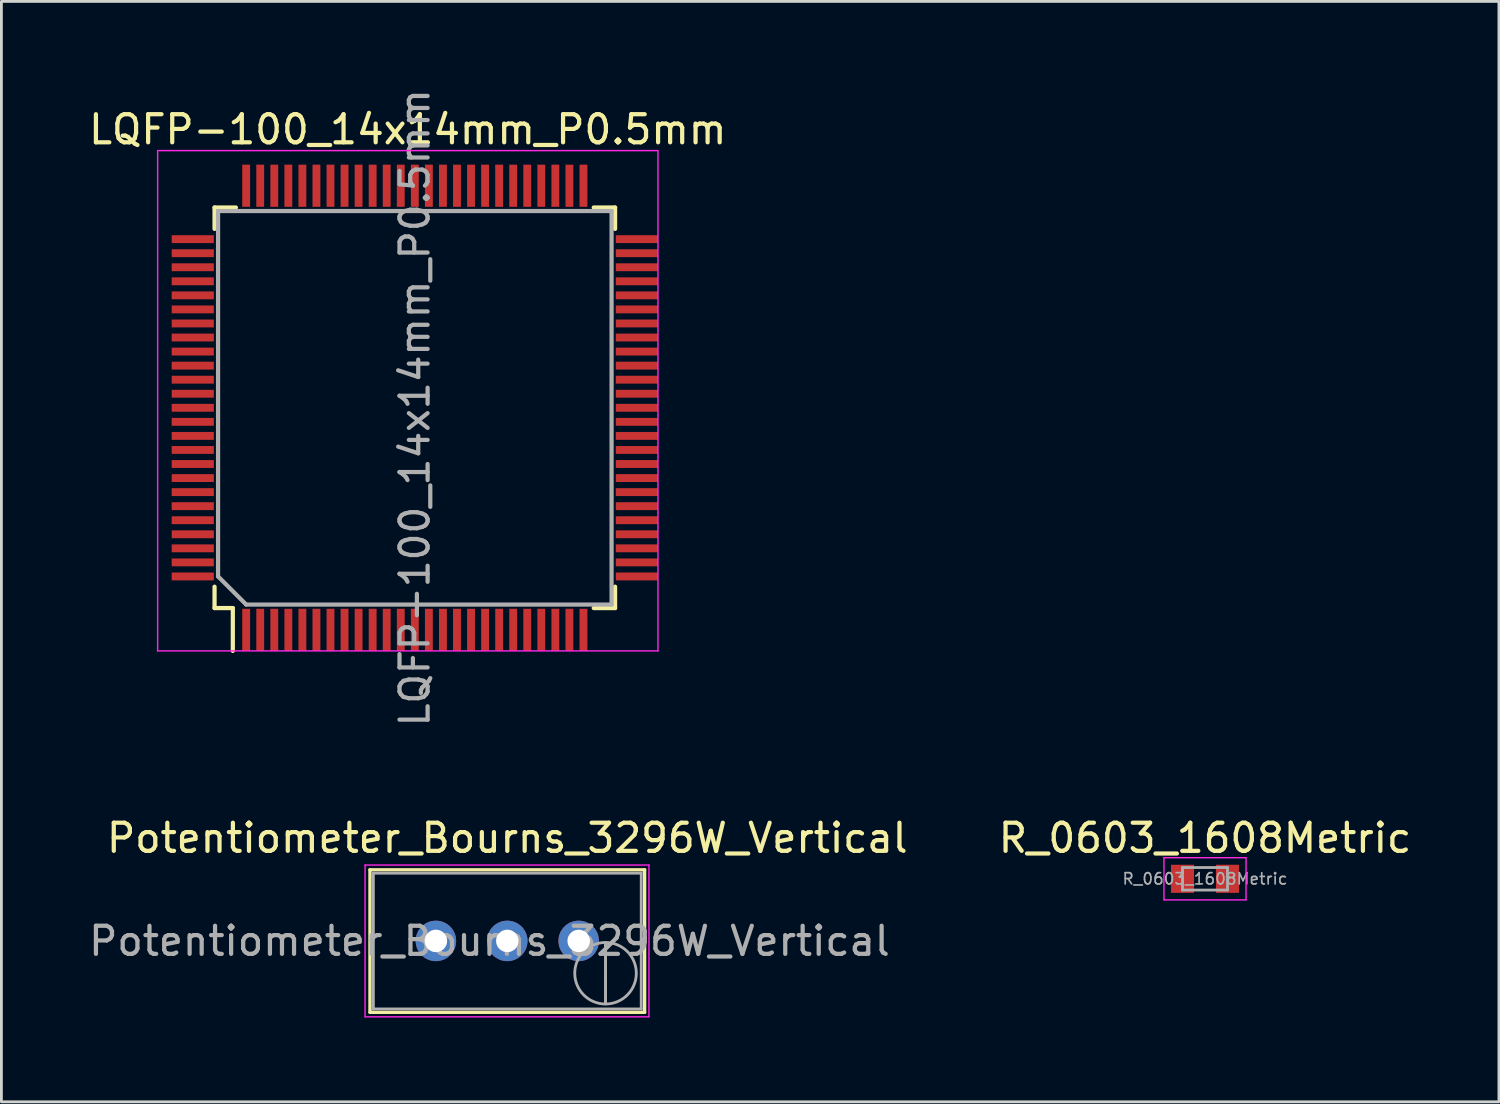
<source format=kicad_pcb>
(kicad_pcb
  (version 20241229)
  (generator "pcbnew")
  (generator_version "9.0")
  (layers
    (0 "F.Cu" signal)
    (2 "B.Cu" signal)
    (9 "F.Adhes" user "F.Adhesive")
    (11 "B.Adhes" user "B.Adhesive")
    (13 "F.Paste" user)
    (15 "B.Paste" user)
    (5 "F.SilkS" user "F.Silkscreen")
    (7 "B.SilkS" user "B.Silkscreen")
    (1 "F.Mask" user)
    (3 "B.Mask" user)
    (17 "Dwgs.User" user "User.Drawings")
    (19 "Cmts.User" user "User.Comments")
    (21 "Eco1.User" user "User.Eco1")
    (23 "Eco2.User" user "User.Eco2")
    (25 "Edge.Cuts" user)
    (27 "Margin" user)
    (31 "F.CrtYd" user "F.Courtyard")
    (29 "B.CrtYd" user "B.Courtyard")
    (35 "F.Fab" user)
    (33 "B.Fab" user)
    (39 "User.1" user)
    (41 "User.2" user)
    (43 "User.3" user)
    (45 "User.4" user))
  (footprint "Potentiometer_Bourns_3296W_Vertical"
    (layer "F.Cu")
    (at 17.538 30.425)
    (property "Reference" "Potentiometer_Bourns_3296W_Vertical" (at -2.54 -3.66 0) (layer "F.SilkS") (effects (font (size 1 1) (thickness 0.15))))
    (attr through_hole)
    (fp_line (start -7.425 -2.53) (end -7.425 2.54) (stroke (width 0.12) (type solid)) (layer "F.SilkS"))
    (fp_line (start -7.425 -2.53) (end 2.345 -2.53) (stroke (width 0.12) (type solid)) (layer "F.SilkS"))
    (fp_line (start -7.425 2.54) (end 2.345 2.54) (stroke (width 0.12) (type solid)) (layer "F.SilkS"))
    (fp_line (start 2.345 -2.53) (end 2.345 2.54) (stroke (width 0.12) (type solid)) (layer "F.SilkS"))
    (fp_line (start -7.6 -2.7) (end -7.6 2.7) (stroke (width 0.05) (type solid)) (layer "F.CrtYd"))
    (fp_line (start -7.6 2.7) (end 2.5 2.7) (stroke (width 0.05) (type solid)) (layer "F.CrtYd"))
    (fp_line (start 2.5 -2.7) (end -7.6 -2.7) (stroke (width 0.05) (type solid)) (layer "F.CrtYd"))
    (fp_line (start 2.5 2.7) (end 2.5 -2.7) (stroke (width 0.05) (type solid)) (layer "F.CrtYd"))
    (fp_line (start -7.305 -2.41) (end -7.305 2.42) (stroke (width 0.1) (type solid)) (layer "F.Fab"))
    (fp_line (start -7.305 2.42) (end 2.225 2.42) (stroke (width 0.1) (type solid)) (layer "F.Fab"))
    (fp_line (start 0.955 2.235) (end 0.956 0.066) (stroke (width 0.1) (type solid)) (layer "F.Fab"))
    (fp_line (start 0.955 2.235) (end 0.956 0.066) (stroke (width 0.1) (type solid)) (layer "F.Fab"))
    (fp_line (start 2.225 -2.41) (end -7.305 -2.41) (stroke (width 0.1) (type solid)) (layer "F.Fab"))
    (fp_line (start 2.225 2.42) (end 2.225 -2.41) (stroke (width 0.1) (type solid)) (layer "F.Fab"))
    (fp_circle (center 0.955 1.15) (end 2.05 1.15) (stroke (width 0.1) (type solid)) (fill no) (layer "F.Fab"))
    (fp_text user "${REFERENCE}" (at -3.175 0.005 0) (layer "F.Fab") (effects (font (size 1 1) (thickness 0.15))))
    (pad "1" thru_hole circle (at 0 0) (size 1.44 1.44) (drill 0.8) (layers "*.Cu" "*.Mask"))
    (pad "2" thru_hole circle (at -2.54 0) (size 1.44 1.44) (drill 0.8) (layers "*.Cu" "*.Mask"))
    (pad "3" thru_hole circle (at -5.08 0) (size 1.44 1.44) (drill 0.8) (layers "*.Cu" "*.Mask")))
  (footprint "R_0603_1608Metric"
    (layer "F.Cu")
    (at 39.82 28.215)
    (property "Reference" "R_0603_1608Metric" (at 0 -1.45 0) (layer "F.SilkS") (effects (font (size 1 1) (thickness 0.15))))
    (attr smd)
    (fp_line (start -1.46 -0.75) (end 1.46 -0.75) (stroke (width 0.05) (type solid)) (layer "F.CrtYd"))
    (fp_line (start -1.46 0.75) (end -1.46 -0.75) (stroke (width 0.05) (type solid)) (layer "F.CrtYd"))
    (fp_line (start 1.46 -0.75) (end 1.46 0.75) (stroke (width 0.05) (type solid)) (layer "F.CrtYd"))
    (fp_line (start 1.46 0.75) (end -1.46 0.75) (stroke (width 0.05) (type solid)) (layer "F.CrtYd"))
    (fp_line (start -0.8 -0.4) (end 0.8 -0.4) (stroke (width 0.1) (type solid)) (layer "F.Fab"))
    (fp_line (start -0.8 0.4) (end -0.8 -0.4) (stroke (width 0.1) (type solid)) (layer "F.Fab"))
    (fp_line (start 0.8 -0.4) (end 0.8 0.4) (stroke (width 0.1) (type solid)) (layer "F.Fab"))
    (fp_line (start 0.8 0.4) (end -0.8 0.4) (stroke (width 0.1) (type solid)) (layer "F.Fab"))
    (fp_text user "${REFERENCE}" (at 0 0 0) (layer "F.Fab") (effects (font (size 0.4 0.4) (thickness 0.06))))
    (pad "1" smd rect (at -0.8 0) (size 0.82 1) (layers "F.Cu" "F.Mask" "F.Paste"))
    (pad "2" smd rect (at 0.8 0) (size 0.82 1) (layers "F.Cu" "F.Mask" "F.Paste")))
  (footprint "LQFP-100_14x14mm_P0.5mm"
    (layer "F.Cu")
    (at 11.458 11.208)
    (property "Reference" "LQFP-100_14x14mm_P0.5mm" (at 0 -9.65 0) (layer "F.SilkS") (effects (font (size 1 1) (thickness 0.15))))
    (attr smd)
    (fp_line (start -6.875 -6.875) (end -6.875 -6.115) (stroke (width 0.15) (type solid)) (layer "F.SilkS"))
    (fp_line (start -6.875 -6.875) (end -6.115 -6.875) (stroke (width 0.15) (type solid)) (layer "F.SilkS"))
    (fp_line (start -6.875 7.375) (end -6.875 6.615) (stroke (width 0.15) (type solid)) (layer "F.SilkS"))
    (fp_line (start -6.875 7.375) (end -6.225 7.375) (stroke (width 0.15) (type solid)) (layer "F.SilkS"))
    (fp_line (start -6.225 7.375) (end -6.225 8.9) (stroke (width 0.15) (type solid)) (layer "F.SilkS"))
    (fp_line (start 7.375 -6.875) (end 6.615 -6.875) (stroke (width 0.15) (type solid)) (layer "F.SilkS"))
    (fp_line (start 7.375 -6.875) (end 7.375 -6.115) (stroke (width 0.15) (type solid)) (layer "F.SilkS"))
    (fp_line (start 7.375 7.375) (end 6.615 7.375) (stroke (width 0.15) (type solid)) (layer "F.SilkS"))
    (fp_line (start 7.375 7.375) (end 7.375 6.615) (stroke (width 0.15) (type solid)) (layer "F.SilkS"))
    (fp_line (start -8.9 -8.9) (end -8.9 8.9) (stroke (width 0.05) (type solid)) (layer "F.CrtYd"))
    (fp_line (start -8.9 -8.9) (end 8.9 -8.9) (stroke (width 0.05) (type solid)) (layer "F.CrtYd"))
    (fp_line (start -8.9 8.9) (end 8.9 8.9) (stroke (width 0.05) (type solid)) (layer "F.CrtYd"))
    (fp_line (start 8.9 -8.9) (end 8.9 8.9) (stroke (width 0.05) (type solid)) (layer "F.CrtYd"))
    (fp_line (start -6.75 -6.75) (end 7.25 -6.75) (stroke (width 0.15) (type solid)) (layer "F.Fab"))
    (fp_line (start -6.75 6.25) (end -6.75 -6.75) (stroke (width 0.15) (type solid)) (layer "F.Fab"))
    (fp_line (start -5.75 7.25) (end -6.75 6.25) (stroke (width 0.15) (type solid)) (layer "F.Fab"))
    (fp_line (start 7.25 -6.75) (end 7.25 7.25) (stroke (width 0.15) (type solid)) (layer "F.Fab"))
    (fp_line (start 7.25 7.25) (end -5.75 7.25) (stroke (width 0.15) (type solid)) (layer "F.Fab"))
    (fp_text user "${REFERENCE}" (at 0.25 0.25 90) (layer "F.Fab") (effects (font (size 1 1) (thickness 0.15))))
    (pad "1" smd rect (at -5.75 8.15 90) (size 1.5 0.28) (layers "F.Cu" "F.Mask" "F.Paste"))
    (pad "2" smd rect (at -5.25 8.15 90) (size 1.5 0.28) (layers "F.Cu" "F.Mask" "F.Paste"))
    (pad "3" smd rect (at -4.75 8.15 90) (size 1.5 0.28) (layers "F.Cu" "F.Mask" "F.Paste"))
    (pad "4" smd rect (at -4.25 8.15 90) (size 1.5 0.28) (layers "F.Cu" "F.Mask" "F.Paste"))
    (pad "5" smd rect (at -3.75 8.15 90) (size 1.5 0.28) (layers "F.Cu" "F.Mask" "F.Paste"))
    (pad "6" smd rect (at -3.25 8.15 90) (size 1.5 0.28) (layers "F.Cu" "F.Mask" "F.Paste"))
    (pad "7" smd rect (at -2.75 8.15 90) (size 1.5 0.28) (layers "F.Cu" "F.Mask" "F.Paste"))
    (pad "8" smd rect (at -2.25 8.15 90) (size 1.5 0.28) (layers "F.Cu" "F.Mask" "F.Paste"))
    (pad "9" smd rect (at -1.75 8.15 90) (size 1.5 0.28) (layers "F.Cu" "F.Mask" "F.Paste"))
    (pad "10" smd rect (at -1.25 8.15 90) (size 1.5 0.28) (layers "F.Cu" "F.Mask" "F.Paste"))
    (pad "11" smd rect (at -0.75 8.15 90) (size 1.5 0.28) (layers "F.Cu" "F.Mask" "F.Paste"))
    (pad "12" smd rect (at -0.25 8.15 90) (size 1.5 0.28) (layers "F.Cu" "F.Mask" "F.Paste"))
    (pad "13" smd rect (at 0.25 8.15 90) (size 1.5 0.28) (layers "F.Cu" "F.Mask" "F.Paste"))
    (pad "14" smd rect (at 0.75 8.15 90) (size 1.5 0.28) (layers "F.Cu" "F.Mask" "F.Paste"))
    (pad "15" smd rect (at 1.25 8.15 90) (size 1.5 0.28) (layers "F.Cu" "F.Mask" "F.Paste"))
    (pad "16" smd rect (at 1.75 8.15 90) (size 1.5 0.28) (layers "F.Cu" "F.Mask" "F.Paste"))
    (pad "17" smd rect (at 2.25 8.15 90) (size 1.5 0.28) (layers "F.Cu" "F.Mask" "F.Paste"))
    (pad "18" smd rect (at 2.75 8.15 90) (size 1.5 0.28) (layers "F.Cu" "F.Mask" "F.Paste"))
    (pad "19" smd rect (at 3.25 8.15 90) (size 1.5 0.28) (layers "F.Cu" "F.Mask" "F.Paste"))
    (pad "20" smd rect (at 3.75 8.15 90) (size 1.5 0.28) (layers "F.Cu" "F.Mask" "F.Paste"))
    (pad "21" smd rect (at 4.25 8.15 90) (size 1.5 0.28) (layers "F.Cu" "F.Mask" "F.Paste"))
    (pad "22" smd rect (at 4.75 8.15 90) (size 1.5 0.28) (layers "F.Cu" "F.Mask" "F.Paste"))
    (pad "23" smd rect (at 5.25 8.15 90) (size 1.5 0.28) (layers "F.Cu" "F.Mask" "F.Paste"))
    (pad "24" smd rect (at 5.75 8.15 90) (size 1.5 0.28) (layers "F.Cu" "F.Mask" "F.Paste"))
    (pad "25" smd rect (at 6.25 8.15 90) (size 1.5 0.28) (layers "F.Cu" "F.Mask" "F.Paste"))
    (pad "26" smd rect (at 8.15 6.25 180) (size 1.5 0.28) (layers "F.Cu" "F.Mask" "F.Paste"))
    (pad "27" smd rect (at 8.15 5.75 180) (size 1.5 0.28) (layers "F.Cu" "F.Mask" "F.Paste"))
    (pad "28" smd rect (at 8.15 5.25 180) (size 1.5 0.28) (layers "F.Cu" "F.Mask" "F.Paste"))
    (pad "29" smd rect (at 8.15 4.75 180) (size 1.5 0.28) (layers "F.Cu" "F.Mask" "F.Paste"))
    (pad "30" smd rect (at 8.15 4.25 180) (size 1.5 0.28) (layers "F.Cu" "F.Mask" "F.Paste"))
    (pad "31" smd rect (at 8.15 3.75 180) (size 1.5 0.28) (layers "F.Cu" "F.Mask" "F.Paste"))
    (pad "32" smd rect (at 8.15 3.25 180) (size 1.5 0.28) (layers "F.Cu" "F.Mask" "F.Paste"))
    (pad "33" smd rect (at 8.15 2.75 180) (size 1.5 0.28) (layers "F.Cu" "F.Mask" "F.Paste"))
    (pad "34" smd rect (at 8.15 2.25 180) (size 1.5 0.28) (layers "F.Cu" "F.Mask" "F.Paste"))
    (pad "35" smd rect (at 8.15 1.75 180) (size 1.5 0.28) (layers "F.Cu" "F.Mask" "F.Paste"))
    (pad "36" smd rect (at 8.15 1.25 180) (size 1.5 0.28) (layers "F.Cu" "F.Mask" "F.Paste"))
    (pad "37" smd rect (at 8.15 0.75 180) (size 1.5 0.28) (layers "F.Cu" "F.Mask" "F.Paste"))
    (pad "38" smd rect (at 8.15 0.25 180) (size 1.5 0.28) (layers "F.Cu" "F.Mask" "F.Paste"))
    (pad "39" smd rect (at 8.15 -0.25 180) (size 1.5 0.28) (layers "F.Cu" "F.Mask" "F.Paste"))
    (pad "40" smd rect (at 8.15 -0.75 180) (size 1.5 0.28) (layers "F.Cu" "F.Mask" "F.Paste"))
    (pad "41" smd rect (at 8.15 -1.25 180) (size 1.5 0.28) (layers "F.Cu" "F.Mask" "F.Paste"))
    (pad "42" smd rect (at 8.15 -1.75 180) (size 1.5 0.28) (layers "F.Cu" "F.Mask" "F.Paste"))
    (pad "43" smd rect (at 8.15 -2.25 180) (size 1.5 0.28) (layers "F.Cu" "F.Mask" "F.Paste"))
    (pad "44" smd rect (at 8.15 -2.75 180) (size 1.5 0.28) (layers "F.Cu" "F.Mask" "F.Paste"))
    (pad "45" smd rect (at 8.15 -3.25 180) (size 1.5 0.28) (layers "F.Cu" "F.Mask" "F.Paste"))
    (pad "46" smd rect (at 8.15 -3.75 180) (size 1.5 0.28) (layers "F.Cu" "F.Mask" "F.Paste"))
    (pad "47" smd rect (at 8.15 -4.25 180) (size 1.5 0.28) (layers "F.Cu" "F.Mask" "F.Paste"))
    (pad "48" smd rect (at 8.15 -4.75 180) (size 1.5 0.28) (layers "F.Cu" "F.Mask" "F.Paste"))
    (pad "49" smd rect (at 8.15 -5.25 180) (size 1.5 0.28) (layers "F.Cu" "F.Mask" "F.Paste"))
    (pad "50" smd rect (at 8.15 -5.75 180) (size 1.5 0.28) (layers "F.Cu" "F.Mask" "F.Paste"))
    (pad "51" smd rect (at 6.25 -7.65 90) (size 1.5 0.28) (layers "F.Cu" "F.Mask" "F.Paste"))
    (pad "52" smd rect (at 5.75 -7.65 90) (size 1.5 0.28) (layers "F.Cu" "F.Mask" "F.Paste"))
    (pad "53" smd rect (at 5.25 -7.65 90) (size 1.5 0.28) (layers "F.Cu" "F.Mask" "F.Paste"))
    (pad "54" smd rect (at 4.75 -7.65 90) (size 1.5 0.28) (layers "F.Cu" "F.Mask" "F.Paste"))
    (pad "55" smd rect (at 4.25 -7.65 90) (size 1.5 0.28) (layers "F.Cu" "F.Mask" "F.Paste"))
    (pad "56" smd rect (at 3.75 -7.65 90) (size 1.5 0.28) (layers "F.Cu" "F.Mask" "F.Paste"))
    (pad "57" smd rect (at 3.25 -7.65 90) (size 1.5 0.28) (layers "F.Cu" "F.Mask" "F.Paste"))
    (pad "58" smd rect (at 2.75 -7.65 90) (size 1.5 0.28) (layers "F.Cu" "F.Mask" "F.Paste"))
    (pad "59" smd rect (at 2.25 -7.65 90) (size 1.5 0.28) (layers "F.Cu" "F.Mask" "F.Paste"))
    (pad "60" smd rect (at 1.75 -7.65 90) (size 1.5 0.28) (layers "F.Cu" "F.Mask" "F.Paste"))
    (pad "61" smd rect (at 1.25 -7.65 90) (size 1.5 0.28) (layers "F.Cu" "F.Mask" "F.Paste"))
    (pad "62" smd rect (at 0.75 -7.65 90) (size 1.5 0.28) (layers "F.Cu" "F.Mask" "F.Paste"))
    (pad "63" smd rect (at 0.25 -7.65 90) (size 1.5 0.28) (layers "F.Cu" "F.Mask" "F.Paste"))
    (pad "64" smd rect (at -0.25 -7.65 90) (size 1.5 0.28) (layers "F.Cu" "F.Mask" "F.Paste"))
    (pad "65" smd rect (at -0.75 -7.65 90) (size 1.5 0.28) (layers "F.Cu" "F.Mask" "F.Paste"))
    (pad "66" smd rect (at -1.25 -7.65 90) (size 1.5 0.28) (layers "F.Cu" "F.Mask" "F.Paste"))
    (pad "67" smd rect (at -1.75 -7.65 90) (size 1.5 0.28) (layers "F.Cu" "F.Mask" "F.Paste"))
    (pad "68" smd rect (at -2.25 -7.65 90) (size 1.5 0.28) (layers "F.Cu" "F.Mask" "F.Paste"))
    (pad "69" smd rect (at -2.75 -7.65 90) (size 1.5 0.28) (layers "F.Cu" "F.Mask" "F.Paste"))
    (pad "70" smd rect (at -3.25 -7.65 90) (size 1.5 0.28) (layers "F.Cu" "F.Mask" "F.Paste"))
    (pad "71" smd rect (at -3.75 -7.65 90) (size 1.5 0.28) (layers "F.Cu" "F.Mask" "F.Paste"))
    (pad "72" smd rect (at -4.25 -7.65 90) (size 1.5 0.28) (layers "F.Cu" "F.Mask" "F.Paste"))
    (pad "73" smd rect (at -4.75 -7.65 90) (size 1.5 0.28) (layers "F.Cu" "F.Mask" "F.Paste"))
    (pad "74" smd rect (at -5.25 -7.65 90) (size 1.5 0.28) (layers "F.Cu" "F.Mask" "F.Paste"))
    (pad "75" smd rect (at -5.75 -7.65 90) (size 1.5 0.28) (layers "F.Cu" "F.Mask" "F.Paste"))
    (pad "76" smd rect (at -7.65 -5.75 180) (size 1.5 0.28) (layers "F.Cu" "F.Mask" "F.Paste"))
    (pad "77" smd rect (at -7.65 -5.25 180) (size 1.5 0.28) (layers "F.Cu" "F.Mask" "F.Paste"))
    (pad "78" smd rect (at -7.65 -4.75 180) (size 1.5 0.28) (layers "F.Cu" "F.Mask" "F.Paste"))
    (pad "79" smd rect (at -7.65 -4.25 180) (size 1.5 0.28) (layers "F.Cu" "F.Mask" "F.Paste"))
    (pad "80" smd rect (at -7.65 -3.75 180) (size 1.5 0.28) (layers "F.Cu" "F.Mask" "F.Paste"))
    (pad "81" smd rect (at -7.65 -3.25 180) (size 1.5 0.28) (layers "F.Cu" "F.Mask" "F.Paste"))
    (pad "82" smd rect (at -7.65 -2.75 180) (size 1.5 0.28) (layers "F.Cu" "F.Mask" "F.Paste"))
    (pad "83" smd rect (at -7.65 -2.25 180) (size 1.5 0.28) (layers "F.Cu" "F.Mask" "F.Paste"))
    (pad "84" smd rect (at -7.65 -1.75 180) (size 1.5 0.28) (layers "F.Cu" "F.Mask" "F.Paste"))
    (pad "85" smd rect (at -7.65 -1.25 180) (size 1.5 0.28) (layers "F.Cu" "F.Mask" "F.Paste"))
    (pad "86" smd rect (at -7.65 -0.75 180) (size 1.5 0.28) (layers "F.Cu" "F.Mask" "F.Paste"))
    (pad "87" smd rect (at -7.65 -0.25 180) (size 1.5 0.28) (layers "F.Cu" "F.Mask" "F.Paste"))
    (pad "88" smd rect (at -7.65 0.25 180) (size 1.5 0.28) (layers "F.Cu" "F.Mask" "F.Paste"))
    (pad "89" smd rect (at -7.65 0.75 180) (size 1.5 0.28) (layers "F.Cu" "F.Mask" "F.Paste"))
    (pad "90" smd rect (at -7.65 1.25 180) (size 1.5 0.28) (layers "F.Cu" "F.Mask" "F.Paste"))
    (pad "91" smd rect (at -7.65 1.75 180) (size 1.5 0.28) (layers "F.Cu" "F.Mask" "F.Paste"))
    (pad "92" smd rect (at -7.65 2.25 180) (size 1.5 0.28) (layers "F.Cu" "F.Mask" "F.Paste"))
    (pad "93" smd rect (at -7.65 2.75 180) (size 1.5 0.28) (layers "F.Cu" "F.Mask" "F.Paste"))
    (pad "94" smd rect (at -7.65 3.25 180) (size 1.5 0.28) (layers "F.Cu" "F.Mask" "F.Paste"))
    (pad "95" smd rect (at -7.65 3.75 180) (size 1.5 0.28) (layers "F.Cu" "F.Mask" "F.Paste"))
    (pad "96" smd rect (at -7.65 4.25 180) (size 1.5 0.28) (layers "F.Cu" "F.Mask" "F.Paste"))
    (pad "97" smd rect (at -7.65 4.75 180) (size 1.5 0.28) (layers "F.Cu" "F.Mask" "F.Paste"))
    (pad "98" smd rect (at -7.65 5.25 180) (size 1.5 0.28) (layers "F.Cu" "F.Mask" "F.Paste"))
    (pad "99" smd rect (at -7.65 5.75 180) (size 1.5 0.28) (layers "F.Cu" "F.Mask" "F.Paste"))
    (pad "100" smd rect (at -7.65 6.25 180) (size 1.5 0.28) (layers "F.Cu" "F.Mask" "F.Paste")))
  (gr_rect
    (start -3 -3)
    (end 50.278 36.15)
    (stroke (width 0.1) (type default))
    (fill no)
    (layer "Edge.Cuts")))
</source>
